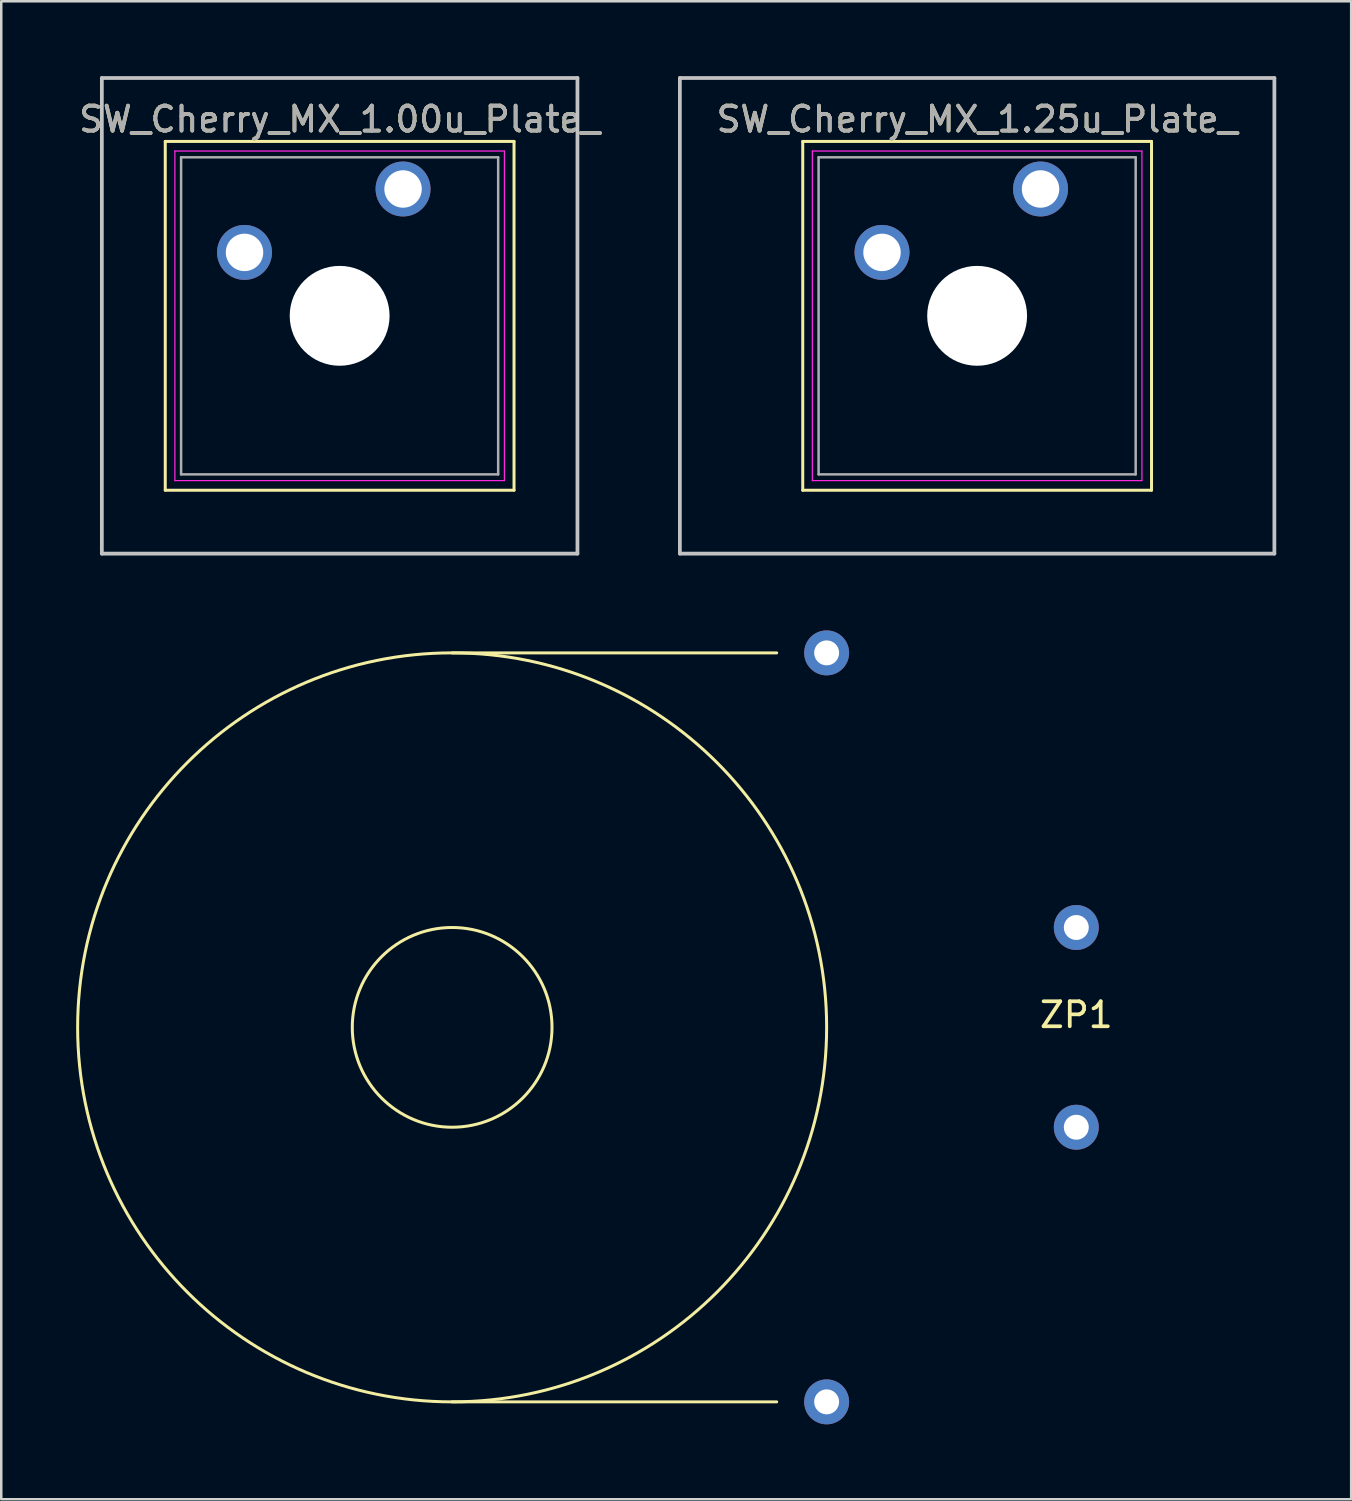
<source format=kicad_pcb>
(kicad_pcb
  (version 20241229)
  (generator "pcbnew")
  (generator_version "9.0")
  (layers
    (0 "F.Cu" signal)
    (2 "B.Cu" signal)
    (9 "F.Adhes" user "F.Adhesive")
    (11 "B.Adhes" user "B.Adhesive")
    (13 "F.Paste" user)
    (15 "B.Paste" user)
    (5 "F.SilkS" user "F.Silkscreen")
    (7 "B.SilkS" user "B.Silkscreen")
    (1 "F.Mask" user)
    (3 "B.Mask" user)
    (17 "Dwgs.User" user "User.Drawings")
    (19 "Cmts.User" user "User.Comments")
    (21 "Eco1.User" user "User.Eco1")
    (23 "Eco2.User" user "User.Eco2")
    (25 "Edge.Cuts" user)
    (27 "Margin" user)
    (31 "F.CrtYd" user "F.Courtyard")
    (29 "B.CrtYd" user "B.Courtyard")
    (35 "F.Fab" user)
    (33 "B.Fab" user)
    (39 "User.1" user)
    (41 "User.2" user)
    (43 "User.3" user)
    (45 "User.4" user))
  (footprint "SW_Cherry_MX_1.25u_Plate_"
    (layer "F.Cu")
    (at 36.088 9.6)
    (property "Reference" "SW_Cherry_MX_1.25u_Plate_" (at 0 -7.874 0) (layer "F.SilkS") (effects (font (size 1 1) (thickness 0.15))))
    (attr through_hole)
    (fp_line (start -6.985 -6.985) (end 6.985 -6.985) (stroke (width 0.12) (type solid)) (layer "F.SilkS"))
    (fp_line (start -6.985 6.985) (end -6.985 -6.985) (stroke (width 0.12) (type solid)) (layer "F.SilkS"))
    (fp_line (start 6.985 -6.985) (end 6.985 6.985) (stroke (width 0.12) (type solid)) (layer "F.SilkS"))
    (fp_line (start 6.985 6.985) (end -6.985 6.985) (stroke (width 0.12) (type solid)) (layer "F.SilkS"))
    (fp_line (start -11.906 -9.525) (end 11.906 -9.525) (stroke (width 0.15) (type solid)) (layer "Dwgs.User"))
    (fp_line (start -11.906 9.525) (end -11.906 -9.525) (stroke (width 0.15) (type solid)) (layer "Dwgs.User"))
    (fp_line (start 11.906 -9.525) (end 11.906 9.525) (stroke (width 0.15) (type solid)) (layer "Dwgs.User"))
    (fp_line (start 11.906 9.525) (end -11.906 9.525) (stroke (width 0.15) (type solid)) (layer "Dwgs.User"))
    (fp_line (start -6.6 -6.6) (end 6.6 -6.6) (stroke (width 0.05) (type solid)) (layer "F.CrtYd"))
    (fp_line (start -6.6 6.6) (end -6.6 -6.6) (stroke (width 0.05) (type solid)) (layer "F.CrtYd"))
    (fp_line (start 6.6 -6.6) (end 6.6 6.6) (stroke (width 0.05) (type solid)) (layer "F.CrtYd"))
    (fp_line (start 6.6 6.6) (end -6.6 6.6) (stroke (width 0.05) (type solid)) (layer "F.CrtYd"))
    (fp_line (start -6.35 -6.35) (end 6.35 -6.35) (stroke (width 0.1) (type solid)) (layer "F.Fab"))
    (fp_line (start -6.35 6.35) (end -6.35 -6.35) (stroke (width 0.1) (type solid)) (layer "F.Fab"))
    (fp_line (start 6.35 -6.35) (end 6.35 6.35) (stroke (width 0.1) (type solid)) (layer "F.Fab"))
    (fp_line (start 6.35 6.35) (end -6.35 6.35) (stroke (width 0.1) (type solid)) (layer "F.Fab"))
    (fp_text user "${REFERENCE}" (at 0 -7.874 0) (layer "F.Fab") (effects (font (size 1 1) (thickness 0.15))))
    (pad "" np_thru_hole circle (at 0 0) (size 4 4) (drill 4) (layers "*.Cu" "*.Mask"))
    (pad "1" thru_hole circle (at 2.54 -5.08) (size 2.2 2.2) (drill 1.5) (layers "*.Cu" "*.Mask"))
    (pad "2" thru_hole circle (at -3.81 -2.54) (size 2.2 2.2) (drill 1.5) (layers "*.Cu" "*.Mask")))
  (footprint "ZP1"
    (layer "F.Cu")
    (at 40.06 38.1)
    (property "Reference" "ZP1" (at 0 -0.5 0) (unlocked yes) (layer "F.SilkS") (effects (font (size 1 1) (thickness 0.15))))
    (fp_line (start -25 -15) (end -12 -15) (stroke (width 0.12) (type default)) (layer "F.SilkS"))
    (fp_line (start -25 15) (end -12 15) (stroke (width 0.12) (type default)) (layer "F.SilkS"))
    (fp_circle (center -25 0) (end -21 0) (stroke (width 0.12) (type default)) (fill no) (layer "F.SilkS"))
    (fp_circle (center -25 0) (end -10 0) (stroke (width 0.12) (type default)) (fill no) (layer "F.SilkS"))
    (pad "1" thru_hole circle (at 0 -4) (size 1.8 1.8) (drill 1) (layers "*.Cu" "*.Mask"))
    (pad "2" thru_hole circle (at 0 4) (size 1.8 1.8) (drill 1) (layers "*.Cu" "*.Mask"))
    (pad "G1" thru_hole circle (at -10 -15) (size 1.8 1.8) (drill 1) (layers "*.Cu" "*.Mask"))
    (pad "G2" thru_hole circle (at -10 15) (size 1.8 1.8) (drill 1) (layers "*.Cu" "*.Mask")))
  (footprint "SW_Cherry_MX_1.00u_Plate_"
    (layer "F.Cu")
    (at 10.554 9.6)
    (property "Reference" "SW_Cherry_MX_1.00u_Plate_" (at 0 -7.874 0) (layer "F.SilkS") (effects (font (size 1 1) (thickness 0.15))))
    (attr through_hole)
    (fp_line (start -6.985 -6.985) (end 6.985 -6.985) (stroke (width 0.12) (type solid)) (layer "F.SilkS"))
    (fp_line (start -6.985 6.985) (end -6.985 -6.985) (stroke (width 0.12) (type solid)) (layer "F.SilkS"))
    (fp_line (start 6.985 -6.985) (end 6.985 6.985) (stroke (width 0.12) (type solid)) (layer "F.SilkS"))
    (fp_line (start 6.985 6.985) (end -6.985 6.985) (stroke (width 0.12) (type solid)) (layer "F.SilkS"))
    (fp_line (start -9.525 -9.525) (end 9.525 -9.525) (stroke (width 0.15) (type solid)) (layer "Dwgs.User"))
    (fp_line (start -9.525 9.525) (end -9.525 -9.525) (stroke (width 0.15) (type solid)) (layer "Dwgs.User"))
    (fp_line (start 9.525 -9.525) (end 9.525 9.525) (stroke (width 0.15) (type solid)) (layer "Dwgs.User"))
    (fp_line (start 9.525 9.525) (end -9.525 9.525) (stroke (width 0.15) (type solid)) (layer "Dwgs.User"))
    (fp_line (start -6.6 -6.6) (end 6.6 -6.6) (stroke (width 0.05) (type solid)) (layer "F.CrtYd"))
    (fp_line (start -6.6 6.6) (end -6.6 -6.6) (stroke (width 0.05) (type solid)) (layer "F.CrtYd"))
    (fp_line (start 6.6 -6.6) (end 6.6 6.6) (stroke (width 0.05) (type solid)) (layer "F.CrtYd"))
    (fp_line (start 6.6 6.6) (end -6.6 6.6) (stroke (width 0.05) (type solid)) (layer "F.CrtYd"))
    (fp_line (start -6.35 -6.35) (end 6.35 -6.35) (stroke (width 0.1) (type solid)) (layer "F.Fab"))
    (fp_line (start -6.35 6.35) (end -6.35 -6.35) (stroke (width 0.1) (type solid)) (layer "F.Fab"))
    (fp_line (start 6.35 -6.35) (end 6.35 6.35) (stroke (width 0.1) (type solid)) (layer "F.Fab"))
    (fp_line (start 6.35 6.35) (end -6.35 6.35) (stroke (width 0.1) (type solid)) (layer "F.Fab"))
    (fp_text user "${REFERENCE}" (at 0 -7.874 0) (layer "F.Fab") (effects (font (size 1 1) (thickness 0.15))))
    (pad "" np_thru_hole circle (at 0 0) (size 4 4) (drill 4) (layers "*.Cu" "*.Mask"))
    (pad "1" thru_hole circle (at 2.54 -5.08) (size 2.2 2.2) (drill 1.5) (layers "*.Cu" "*.Mask"))
    (pad "2" thru_hole circle (at -3.81 -2.54) (size 2.2 2.2) (drill 1.5) (layers "*.Cu" "*.Mask")))
  (gr_rect
    (start -3 -3)
    (end 51.07 57)
    (stroke (width 0.1) (type default))
    (fill no)
    (layer "Edge.Cuts")))
</source>
